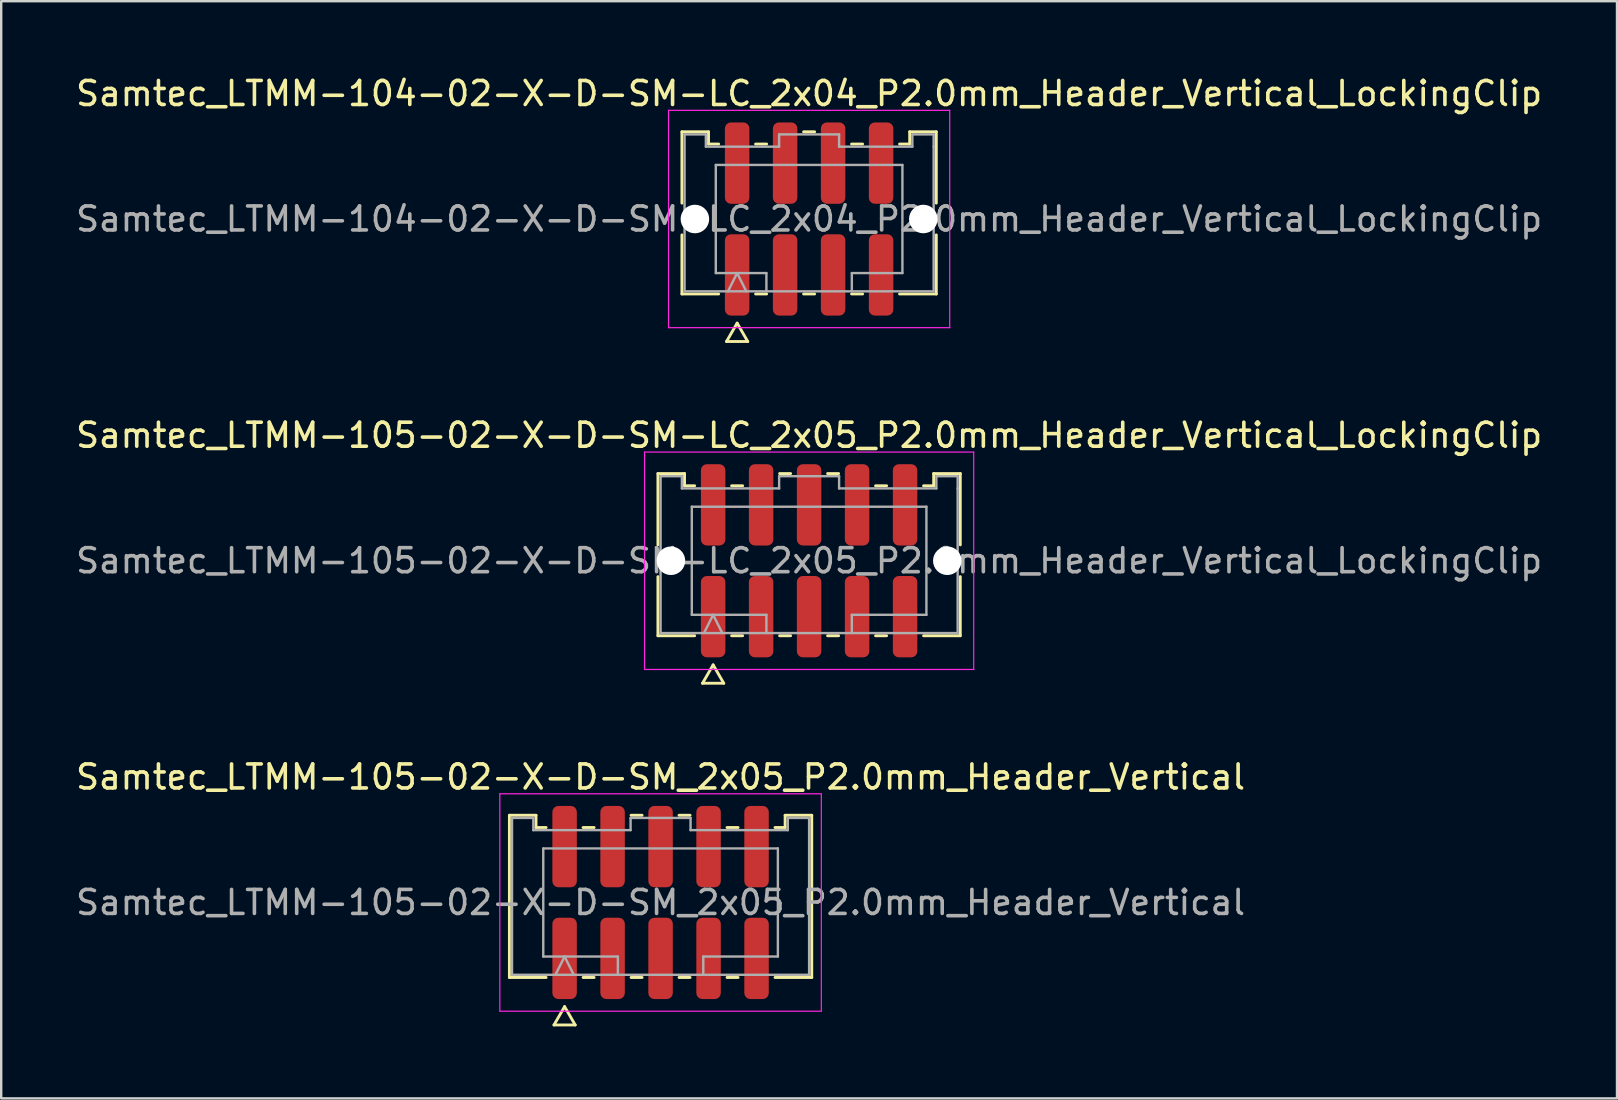
<source format=kicad_pcb>
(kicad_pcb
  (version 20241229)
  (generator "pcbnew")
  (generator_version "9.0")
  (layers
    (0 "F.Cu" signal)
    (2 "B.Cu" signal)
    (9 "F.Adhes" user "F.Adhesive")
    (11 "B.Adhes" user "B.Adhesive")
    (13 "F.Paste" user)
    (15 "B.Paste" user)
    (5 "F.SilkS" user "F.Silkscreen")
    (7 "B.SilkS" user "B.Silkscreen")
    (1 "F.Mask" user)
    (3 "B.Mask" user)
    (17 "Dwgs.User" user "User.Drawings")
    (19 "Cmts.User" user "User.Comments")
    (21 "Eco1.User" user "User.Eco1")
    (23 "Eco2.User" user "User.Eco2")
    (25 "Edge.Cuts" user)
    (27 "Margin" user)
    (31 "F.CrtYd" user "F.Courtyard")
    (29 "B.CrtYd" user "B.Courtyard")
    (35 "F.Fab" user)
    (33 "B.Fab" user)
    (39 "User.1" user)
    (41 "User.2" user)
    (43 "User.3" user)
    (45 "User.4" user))
  (footprint "Samtec_LTMM-105-02-X-D-SM_2x05_P2.0mm_Header_Vertical"
    (layer "F.Cu")
    (at 24.482 34.565)
    (property "Reference" "Samtec_LTMM-105-02-X-D-SM_2x05_P2.0mm_Header_Vertical" (at 0 -5.23 0) (layer "F.SilkS") (effects (font (size 1 1) (thickness 0.15))))
    (attr smd)
    (fp_line (start -6.301 -3.635) (end -5.192 -3.635) (stroke (width 0.12) (type solid)) (layer "F.SilkS"))
    (fp_line (start -6.301 3.125) (end -6.301 -3.635) (stroke (width 0.12) (type solid)) (layer "F.SilkS"))
    (fp_line (start -5.192 -3.635) (end -5.192 -3.125) (stroke (width 0.12) (type solid)) (layer "F.SilkS"))
    (fp_line (start -5.192 -3.125) (end -4.77 -3.125) (stroke (width 0.12) (type solid)) (layer "F.SilkS"))
    (fp_line (start -4.77 3.125) (end -6.301 3.125) (stroke (width 0.12) (type solid)) (layer "F.SilkS"))
    (fp_line (start -4.442 5.105) (end -4 4.34) (stroke (width 0.12) (type solid)) (layer "F.SilkS"))
    (fp_line (start -4 4.34) (end -3.558 5.105) (stroke (width 0.12) (type solid)) (layer "F.SilkS"))
    (fp_line (start -3.558 5.105) (end -4.442 5.105) (stroke (width 0.12) (type solid)) (layer "F.SilkS"))
    (fp_line (start -3.23 -3.125) (end -2.77 -3.125) (stroke (width 0.12) (type solid)) (layer "F.SilkS"))
    (fp_line (start -2.77 3.125) (end -3.23 3.125) (stroke (width 0.12) (type solid)) (layer "F.SilkS"))
    (fp_line (start -1.23 -3.635) (end -0.77 -3.635) (stroke (width 0.12) (type solid)) (layer "F.SilkS"))
    (fp_line (start -0.77 3.125) (end -1.23 3.125) (stroke (width 0.12) (type solid)) (layer "F.SilkS"))
    (fp_line (start 0.77 -3.635) (end 1.23 -3.635) (stroke (width 0.12) (type solid)) (layer "F.SilkS"))
    (fp_line (start 1.23 3.125) (end 0.77 3.125) (stroke (width 0.12) (type solid)) (layer "F.SilkS"))
    (fp_line (start 2.77 -3.125) (end 3.23 -3.125) (stroke (width 0.12) (type solid)) (layer "F.SilkS"))
    (fp_line (start 3.23 3.125) (end 2.77 3.125) (stroke (width 0.12) (type solid)) (layer "F.SilkS"))
    (fp_line (start 4.77 -3.125) (end 5.192 -3.125) (stroke (width 0.12) (type solid)) (layer "F.SilkS"))
    (fp_line (start 5.192 -3.635) (end 6.301 -3.635) (stroke (width 0.12) (type solid)) (layer "F.SilkS"))
    (fp_line (start 5.192 -3.125) (end 5.192 -3.635) (stroke (width 0.12) (type solid)) (layer "F.SilkS"))
    (fp_line (start 6.301 -3.635) (end 6.301 3.125) (stroke (width 0.12) (type solid)) (layer "F.SilkS"))
    (fp_line (start 6.301 3.125) (end 4.77 3.125) (stroke (width 0.12) (type solid)) (layer "F.SilkS"))
    (fp_line (start -6.7 -4.53) (end -6.7 4.53) (stroke (width 0.05) (type solid)) (layer "F.CrtYd"))
    (fp_line (start -6.7 4.53) (end 6.7 4.53) (stroke (width 0.05) (type solid)) (layer "F.CrtYd"))
    (fp_line (start 6.7 -4.53) (end -6.7 -4.53) (stroke (width 0.05) (type solid)) (layer "F.CrtYd"))
    (fp_line (start 6.7 4.53) (end 6.7 -4.53) (stroke (width 0.05) (type solid)) (layer "F.CrtYd"))
    (fp_line (start -6.191 -3.525) (end -5.303 -3.525) (stroke (width 0.1) (type solid)) (layer "F.Fab"))
    (fp_line (start -6.191 3.015) (end -6.191 -3.525) (stroke (width 0.1) (type solid)) (layer "F.Fab"))
    (fp_line (start -5.303 -3.525) (end -5.303 -3.015) (stroke (width 0.1) (type solid)) (layer "F.Fab"))
    (fp_line (start -5.303 -3.015) (end -1.25 -3.015) (stroke (width 0.1) (type solid)) (layer "F.Fab"))
    (fp_line (start -4.889 -2.253) (end 4.889 -2.253) (stroke (width 0.1) (type solid)) (layer "F.Fab"))
    (fp_line (start -4.889 2.253) (end -4.889 -2.253) (stroke (width 0.1) (type solid)) (layer "F.Fab"))
    (fp_line (start -4.381 3.015) (end -4 2.253) (stroke (width 0.1) (type solid)) (layer "F.Fab"))
    (fp_line (start -4 2.253) (end -3.619 3.015) (stroke (width 0.1) (type solid)) (layer "F.Fab"))
    (fp_line (start -1.78 2.253) (end -4.889 2.253) (stroke (width 0.1) (type solid)) (layer "F.Fab"))
    (fp_line (start -1.78 3.015) (end -1.78 2.253) (stroke (width 0.1) (type solid)) (layer "F.Fab"))
    (fp_line (start -1.25 -3.525) (end 1.25 -3.525) (stroke (width 0.1) (type solid)) (layer "F.Fab"))
    (fp_line (start -1.25 -3.015) (end -1.25 -3.525) (stroke (width 0.1) (type solid)) (layer "F.Fab"))
    (fp_line (start 1.25 -3.525) (end 1.25 -3.015) (stroke (width 0.1) (type solid)) (layer "F.Fab"))
    (fp_line (start 1.25 -3.015) (end 5.303 -3.015) (stroke (width 0.1) (type solid)) (layer "F.Fab"))
    (fp_line (start 1.78 2.253) (end 1.78 3.015) (stroke (width 0.1) (type solid)) (layer "F.Fab"))
    (fp_line (start 4.889 -2.253) (end 4.889 2.253) (stroke (width 0.1) (type solid)) (layer "F.Fab"))
    (fp_line (start 4.889 2.253) (end 1.78 2.253) (stroke (width 0.1) (type solid)) (layer "F.Fab"))
    (fp_line (start 5.303 -3.525) (end 6.191 -3.525) (stroke (width 0.1) (type solid)) (layer "F.Fab"))
    (fp_line (start 5.303 -3.015) (end 5.303 -3.525) (stroke (width 0.1) (type solid)) (layer "F.Fab"))
    (fp_line (start 6.191 -3.525) (end 6.191 -3.015) (stroke (width 0.1) (type solid)) (layer "F.Fab"))
    (fp_line (start 6.191 -3.015) (end 6.191 3.015) (stroke (width 0.1) (type solid)) (layer "F.Fab"))
    (fp_line (start 6.191 3.015) (end -6.191 3.015) (stroke (width 0.1) (type solid)) (layer "F.Fab"))
    (fp_text user "${REFERENCE}" (at 0 0 0) (layer "F.Fab") (effects (font (size 1 1) (thickness 0.15))))
    (pad "1" smd roundrect (at -4 2.33) (size 1.02 3.39) (layers "F.Cu" "F.Mask" "F.Paste") (roundrect_rratio 0.245))
    (pad "2" smd roundrect (at -4 -2.33) (size 1.02 3.39) (layers "F.Cu" "F.Mask" "F.Paste") (roundrect_rratio 0.245))
    (pad "3" smd roundrect (at -2 2.33) (size 1.02 3.39) (layers "F.Cu" "F.Mask" "F.Paste") (roundrect_rratio 0.245))
    (pad "4" smd roundrect (at -2 -2.33) (size 1.02 3.39) (layers "F.Cu" "F.Mask" "F.Paste") (roundrect_rratio 0.245))
    (pad "5" smd roundrect (at 0 2.33) (size 1.02 3.39) (layers "F.Cu" "F.Mask" "F.Paste") (roundrect_rratio 0.245))
    (pad "6" smd roundrect (at 0 -2.33) (size 1.02 3.39) (layers "F.Cu" "F.Mask" "F.Paste") (roundrect_rratio 0.245))
    (pad "7" smd roundrect (at 2 2.33) (size 1.02 3.39) (layers "F.Cu" "F.Mask" "F.Paste") (roundrect_rratio 0.245))
    (pad "8" smd roundrect (at 2 -2.33) (size 1.02 3.39) (layers "F.Cu" "F.Mask" "F.Paste") (roundrect_rratio 0.245))
    (pad "9" smd roundrect (at 4 2.33) (size 1.02 3.39) (layers "F.Cu" "F.Mask" "F.Paste") (roundrect_rratio 0.245))
    (pad "10" smd roundrect (at 4 -2.33) (size 1.02 3.39) (layers "F.Cu" "F.Mask" "F.Paste") (roundrect_rratio 0.245)))
  (footprint "Samtec_LTMM-105-02-X-D-SM-LC_2x05_P2.0mm_Header_Vertical_LockingClip"
    (layer "F.Cu")
    (at 30.673 20.322)
    (property "Reference" "Samtec_LTMM-105-02-X-D-SM-LC_2x05_P2.0mm_Header_Vertical_LockingClip" (at 0 -5.23 0) (layer "F.SilkS") (effects (font (size 1 1) (thickness 0.15))))
    (attr smd)
    (fp_line (start -6.301 -3.635) (end -5.192 -3.635) (stroke (width 0.12) (type solid)) (layer "F.SilkS"))
    (fp_line (start -6.301 -0.662) (end -6.301 -3.635) (stroke (width 0.12) (type solid)) (layer "F.SilkS"))
    (fp_line (start -6.301 3.125) (end -6.301 0.662) (stroke (width 0.12) (type solid)) (layer "F.SilkS"))
    (fp_line (start -5.192 -3.635) (end -5.192 -3.125) (stroke (width 0.12) (type solid)) (layer "F.SilkS"))
    (fp_line (start -5.192 -3.125) (end -4.77 -3.125) (stroke (width 0.12) (type solid)) (layer "F.SilkS"))
    (fp_line (start -4.77 3.125) (end -6.301 3.125) (stroke (width 0.12) (type solid)) (layer "F.SilkS"))
    (fp_line (start -4.442 5.105) (end -4 4.34) (stroke (width 0.12) (type solid)) (layer "F.SilkS"))
    (fp_line (start -4 4.34) (end -3.558 5.105) (stroke (width 0.12) (type solid)) (layer "F.SilkS"))
    (fp_line (start -3.558 5.105) (end -4.442 5.105) (stroke (width 0.12) (type solid)) (layer "F.SilkS"))
    (fp_line (start -3.23 -3.125) (end -2.77 -3.125) (stroke (width 0.12) (type solid)) (layer "F.SilkS"))
    (fp_line (start -2.77 3.125) (end -3.23 3.125) (stroke (width 0.12) (type solid)) (layer "F.SilkS"))
    (fp_line (start -1.23 -3.635) (end -0.77 -3.635) (stroke (width 0.12) (type solid)) (layer "F.SilkS"))
    (fp_line (start -0.77 3.125) (end -1.23 3.125) (stroke (width 0.12) (type solid)) (layer "F.SilkS"))
    (fp_line (start 0.77 -3.635) (end 1.23 -3.635) (stroke (width 0.12) (type solid)) (layer "F.SilkS"))
    (fp_line (start 1.23 3.125) (end 0.77 3.125) (stroke (width 0.12) (type solid)) (layer "F.SilkS"))
    (fp_line (start 2.77 -3.125) (end 3.23 -3.125) (stroke (width 0.12) (type solid)) (layer "F.SilkS"))
    (fp_line (start 3.23 3.125) (end 2.77 3.125) (stroke (width 0.12) (type solid)) (layer "F.SilkS"))
    (fp_line (start 4.77 -3.125) (end 5.192 -3.125) (stroke (width 0.12) (type solid)) (layer "F.SilkS"))
    (fp_line (start 5.192 -3.635) (end 6.301 -3.635) (stroke (width 0.12) (type solid)) (layer "F.SilkS"))
    (fp_line (start 5.192 -3.125) (end 5.192 -3.635) (stroke (width 0.12) (type solid)) (layer "F.SilkS"))
    (fp_line (start 6.301 -3.635) (end 6.301 -0.662) (stroke (width 0.12) (type solid)) (layer "F.SilkS"))
    (fp_line (start 6.301 0.662) (end 6.301 3.125) (stroke (width 0.12) (type solid)) (layer "F.SilkS"))
    (fp_line (start 6.301 3.125) (end 4.77 3.125) (stroke (width 0.12) (type solid)) (layer "F.SilkS"))
    (fp_line (start -6.86 -4.53) (end -6.86 4.53) (stroke (width 0.05) (type solid)) (layer "F.CrtYd"))
    (fp_line (start -6.86 4.53) (end 6.86 4.53) (stroke (width 0.05) (type solid)) (layer "F.CrtYd"))
    (fp_line (start 6.86 -4.53) (end -6.86 -4.53) (stroke (width 0.05) (type solid)) (layer "F.CrtYd"))
    (fp_line (start 6.86 4.53) (end 6.86 -4.53) (stroke (width 0.05) (type solid)) (layer "F.CrtYd"))
    (fp_line (start -6.191 -3.525) (end -5.303 -3.525) (stroke (width 0.1) (type solid)) (layer "F.Fab"))
    (fp_line (start -6.191 3.015) (end -6.191 -3.525) (stroke (width 0.1) (type solid)) (layer "F.Fab"))
    (fp_line (start -5.303 -3.525) (end -5.303 -3.015) (stroke (width 0.1) (type solid)) (layer "F.Fab"))
    (fp_line (start -5.303 -3.015) (end -1.25 -3.015) (stroke (width 0.1) (type solid)) (layer "F.Fab"))
    (fp_line (start -4.889 -2.253) (end 4.889 -2.253) (stroke (width 0.1) (type solid)) (layer "F.Fab"))
    (fp_line (start -4.889 2.253) (end -4.889 -2.253) (stroke (width 0.1) (type solid)) (layer "F.Fab"))
    (fp_line (start -4.381 3.015) (end -4 2.253) (stroke (width 0.1) (type solid)) (layer "F.Fab"))
    (fp_line (start -4 2.253) (end -3.619 3.015) (stroke (width 0.1) (type solid)) (layer "F.Fab"))
    (fp_line (start -1.78 2.253) (end -4.889 2.253) (stroke (width 0.1) (type solid)) (layer "F.Fab"))
    (fp_line (start -1.78 3.015) (end -1.78 2.253) (stroke (width 0.1) (type solid)) (layer "F.Fab"))
    (fp_line (start -1.25 -3.525) (end 1.25 -3.525) (stroke (width 0.1) (type solid)) (layer "F.Fab"))
    (fp_line (start -1.25 -3.015) (end -1.25 -3.525) (stroke (width 0.1) (type solid)) (layer "F.Fab"))
    (fp_line (start 1.25 -3.525) (end 1.25 -3.015) (stroke (width 0.1) (type solid)) (layer "F.Fab"))
    (fp_line (start 1.25 -3.015) (end 5.303 -3.015) (stroke (width 0.1) (type solid)) (layer "F.Fab"))
    (fp_line (start 1.78 2.253) (end 1.78 3.015) (stroke (width 0.1) (type solid)) (layer "F.Fab"))
    (fp_line (start 4.889 -2.253) (end 4.889 2.253) (stroke (width 0.1) (type solid)) (layer "F.Fab"))
    (fp_line (start 4.889 2.253) (end 1.78 2.253) (stroke (width 0.1) (type solid)) (layer "F.Fab"))
    (fp_line (start 5.303 -3.525) (end 6.191 -3.525) (stroke (width 0.1) (type solid)) (layer "F.Fab"))
    (fp_line (start 5.303 -3.015) (end 5.303 -3.525) (stroke (width 0.1) (type solid)) (layer "F.Fab"))
    (fp_line (start 6.191 -3.525) (end 6.191 -3.015) (stroke (width 0.1) (type solid)) (layer "F.Fab"))
    (fp_line (start 6.191 -3.015) (end 6.191 3.015) (stroke (width 0.1) (type solid)) (layer "F.Fab"))
    (fp_line (start 6.191 3.015) (end -6.191 3.015) (stroke (width 0.1) (type solid)) (layer "F.Fab"))
    (fp_text user "${REFERENCE}" (at 0 0 0) (layer "F.Fab") (effects (font (size 1 1) (thickness 0.15))))
    (pad "" np_thru_hole circle (at -5.76 0) (size 1.19 1.19) (drill 1.19) (layers "*.Cu" "*.Mask"))
    (pad "" np_thru_hole circle (at 5.76 0) (size 1.19 1.19) (drill 1.19) (layers "*.Cu" "*.Mask"))
    (pad "1" smd roundrect (at -4 2.33) (size 1.02 3.39) (layers "F.Cu" "F.Mask" "F.Paste") (roundrect_rratio 0.245))
    (pad "2" smd roundrect (at -4 -2.33) (size 1.02 3.39) (layers "F.Cu" "F.Mask" "F.Paste") (roundrect_rratio 0.245))
    (pad "3" smd roundrect (at -2 2.33) (size 1.02 3.39) (layers "F.Cu" "F.Mask" "F.Paste") (roundrect_rratio 0.245))
    (pad "4" smd roundrect (at -2 -2.33) (size 1.02 3.39) (layers "F.Cu" "F.Mask" "F.Paste") (roundrect_rratio 0.245))
    (pad "5" smd roundrect (at 0 2.33) (size 1.02 3.39) (layers "F.Cu" "F.Mask" "F.Paste") (roundrect_rratio 0.245))
    (pad "6" smd roundrect (at 0 -2.33) (size 1.02 3.39) (layers "F.Cu" "F.Mask" "F.Paste") (roundrect_rratio 0.245))
    (pad "7" smd roundrect (at 2 2.33) (size 1.02 3.39) (layers "F.Cu" "F.Mask" "F.Paste") (roundrect_rratio 0.245))
    (pad "8" smd roundrect (at 2 -2.33) (size 1.02 3.39) (layers "F.Cu" "F.Mask" "F.Paste") (roundrect_rratio 0.245))
    (pad "9" smd roundrect (at 4 2.33) (size 1.02 3.39) (layers "F.Cu" "F.Mask" "F.Paste") (roundrect_rratio 0.245))
    (pad "10" smd roundrect (at 4 -2.33) (size 1.02 3.39) (layers "F.Cu" "F.Mask" "F.Paste") (roundrect_rratio 0.245)))
  (footprint "Samtec_LTMM-104-02-X-D-SM-LC_2x04_P2.0mm_Header_Vertical_LockingClip"
    (layer "F.Cu")
    (at 30.673 6.078)
    (property "Reference" "Samtec_LTMM-104-02-X-D-SM-LC_2x04_P2.0mm_Header_Vertical_LockingClip" (at 0 -5.23 0) (layer "F.SilkS") (effects (font (size 1 1) (thickness 0.15))))
    (attr smd)
    (fp_line (start -5.301 -3.635) (end -4.192 -3.635) (stroke (width 0.12) (type solid)) (layer "F.SilkS"))
    (fp_line (start -5.301 -0.662) (end -5.301 -3.635) (stroke (width 0.12) (type solid)) (layer "F.SilkS"))
    (fp_line (start -5.301 3.125) (end -5.301 0.662) (stroke (width 0.12) (type solid)) (layer "F.SilkS"))
    (fp_line (start -4.192 -3.635) (end -4.192 -3.125) (stroke (width 0.12) (type solid)) (layer "F.SilkS"))
    (fp_line (start -4.192 -3.125) (end -3.77 -3.125) (stroke (width 0.12) (type solid)) (layer "F.SilkS"))
    (fp_line (start -3.77 3.125) (end -5.301 3.125) (stroke (width 0.12) (type solid)) (layer "F.SilkS"))
    (fp_line (start -3.442 5.105) (end -3 4.34) (stroke (width 0.12) (type solid)) (layer "F.SilkS"))
    (fp_line (start -3 4.34) (end -2.558 5.105) (stroke (width 0.12) (type solid)) (layer "F.SilkS"))
    (fp_line (start -2.558 5.105) (end -3.442 5.105) (stroke (width 0.12) (type solid)) (layer "F.SilkS"))
    (fp_line (start -2.23 -3.125) (end -1.77 -3.125) (stroke (width 0.12) (type solid)) (layer "F.SilkS"))
    (fp_line (start -1.77 3.125) (end -2.23 3.125) (stroke (width 0.12) (type solid)) (layer "F.SilkS"))
    (fp_line (start -0.23 -3.635) (end 0.23 -3.635) (stroke (width 0.12) (type solid)) (layer "F.SilkS"))
    (fp_line (start 0.23 3.125) (end -0.23 3.125) (stroke (width 0.12) (type solid)) (layer "F.SilkS"))
    (fp_line (start 1.77 -3.125) (end 2.23 -3.125) (stroke (width 0.12) (type solid)) (layer "F.SilkS"))
    (fp_line (start 2.23 3.125) (end 1.77 3.125) (stroke (width 0.12) (type solid)) (layer "F.SilkS"))
    (fp_line (start 3.77 -3.125) (end 4.192 -3.125) (stroke (width 0.12) (type solid)) (layer "F.SilkS"))
    (fp_line (start 4.192 -3.635) (end 5.301 -3.635) (stroke (width 0.12) (type solid)) (layer "F.SilkS"))
    (fp_line (start 4.192 -3.125) (end 4.192 -3.635) (stroke (width 0.12) (type solid)) (layer "F.SilkS"))
    (fp_line (start 5.301 -3.635) (end 5.301 -0.662) (stroke (width 0.12) (type solid)) (layer "F.SilkS"))
    (fp_line (start 5.301 0.662) (end 5.301 3.125) (stroke (width 0.12) (type solid)) (layer "F.SilkS"))
    (fp_line (start 5.301 3.125) (end 3.77 3.125) (stroke (width 0.12) (type solid)) (layer "F.SilkS"))
    (fp_line (start -5.86 -4.53) (end -5.86 4.53) (stroke (width 0.05) (type solid)) (layer "F.CrtYd"))
    (fp_line (start -5.86 4.53) (end 5.86 4.53) (stroke (width 0.05) (type solid)) (layer "F.CrtYd"))
    (fp_line (start 5.86 -4.53) (end -5.86 -4.53) (stroke (width 0.05) (type solid)) (layer "F.CrtYd"))
    (fp_line (start 5.86 4.53) (end 5.86 -4.53) (stroke (width 0.05) (type solid)) (layer "F.CrtYd"))
    (fp_line (start -5.191 -3.525) (end -4.303 -3.525) (stroke (width 0.1) (type solid)) (layer "F.Fab"))
    (fp_line (start -5.191 3.015) (end -5.191 -3.525) (stroke (width 0.1) (type solid)) (layer "F.Fab"))
    (fp_line (start -4.303 -3.525) (end -4.303 -3.015) (stroke (width 0.1) (type solid)) (layer "F.Fab"))
    (fp_line (start -4.303 -3.015) (end -1.25 -3.015) (stroke (width 0.1) (type solid)) (layer "F.Fab"))
    (fp_line (start -3.889 -2.253) (end 3.889 -2.253) (stroke (width 0.1) (type solid)) (layer "F.Fab"))
    (fp_line (start -3.889 2.253) (end -3.889 -2.253) (stroke (width 0.1) (type solid)) (layer "F.Fab"))
    (fp_line (start -3.381 3.015) (end -3 2.253) (stroke (width 0.1) (type solid)) (layer "F.Fab"))
    (fp_line (start -3 2.253) (end -2.619 3.015) (stroke (width 0.1) (type solid)) (layer "F.Fab"))
    (fp_line (start -1.78 2.253) (end -3.889 2.253) (stroke (width 0.1) (type solid)) (layer "F.Fab"))
    (fp_line (start -1.78 3.015) (end -1.78 2.253) (stroke (width 0.1) (type solid)) (layer "F.Fab"))
    (fp_line (start -1.25 -3.525) (end 1.25 -3.525) (stroke (width 0.1) (type solid)) (layer "F.Fab"))
    (fp_line (start -1.25 -3.015) (end -1.25 -3.525) (stroke (width 0.1) (type solid)) (layer "F.Fab"))
    (fp_line (start 1.25 -3.525) (end 1.25 -3.015) (stroke (width 0.1) (type solid)) (layer "F.Fab"))
    (fp_line (start 1.25 -3.015) (end 4.303 -3.015) (stroke (width 0.1) (type solid)) (layer "F.Fab"))
    (fp_line (start 1.78 2.253) (end 1.78 3.015) (stroke (width 0.1) (type solid)) (layer "F.Fab"))
    (fp_line (start 3.889 -2.253) (end 3.889 2.253) (stroke (width 0.1) (type solid)) (layer "F.Fab"))
    (fp_line (start 3.889 2.253) (end 1.78 2.253) (stroke (width 0.1) (type solid)) (layer "F.Fab"))
    (fp_line (start 4.303 -3.525) (end 5.191 -3.525) (stroke (width 0.1) (type solid)) (layer "F.Fab"))
    (fp_line (start 4.303 -3.015) (end 4.303 -3.525) (stroke (width 0.1) (type solid)) (layer "F.Fab"))
    (fp_line (start 5.191 -3.525) (end 5.191 -3.015) (stroke (width 0.1) (type solid)) (layer "F.Fab"))
    (fp_line (start 5.191 -3.015) (end 5.191 3.015) (stroke (width 0.1) (type solid)) (layer "F.Fab"))
    (fp_line (start 5.191 3.015) (end -5.191 3.015) (stroke (width 0.1) (type solid)) (layer "F.Fab"))
    (fp_text user "${REFERENCE}" (at 0 0 0) (layer "F.Fab") (effects (font (size 1 1) (thickness 0.15))))
    (pad "" np_thru_hole circle (at -4.76 0) (size 1.19 1.19) (drill 1.19) (layers "*.Cu" "*.Mask"))
    (pad "" np_thru_hole circle (at 4.76 0) (size 1.19 1.19) (drill 1.19) (layers "*.Cu" "*.Mask"))
    (pad "1" smd roundrect (at -3 2.33) (size 1.02 3.39) (layers "F.Cu" "F.Mask" "F.Paste") (roundrect_rratio 0.245))
    (pad "2" smd roundrect (at -3 -2.33) (size 1.02 3.39) (layers "F.Cu" "F.Mask" "F.Paste") (roundrect_rratio 0.245))
    (pad "3" smd roundrect (at -1 2.33) (size 1.02 3.39) (layers "F.Cu" "F.Mask" "F.Paste") (roundrect_rratio 0.245))
    (pad "4" smd roundrect (at -1 -2.33) (size 1.02 3.39) (layers "F.Cu" "F.Mask" "F.Paste") (roundrect_rratio 0.245))
    (pad "5" smd roundrect (at 1 2.33) (size 1.02 3.39) (layers "F.Cu" "F.Mask" "F.Paste") (roundrect_rratio 0.245))
    (pad "6" smd roundrect (at 1 -2.33) (size 1.02 3.39) (layers "F.Cu" "F.Mask" "F.Paste") (roundrect_rratio 0.245))
    (pad "7" smd roundrect (at 3 2.33) (size 1.02 3.39) (layers "F.Cu" "F.Mask" "F.Paste") (roundrect_rratio 0.245))
    (pad "8" smd roundrect (at 3 -2.33) (size 1.02 3.39) (layers "F.Cu" "F.Mask" "F.Paste") (roundrect_rratio 0.245)))
  (gr_rect
    (start -3 -3)
    (end 64.345 42.73)
    (stroke (width 0.1) (type default))
    (fill no)
    (layer "Edge.Cuts")))
</source>
